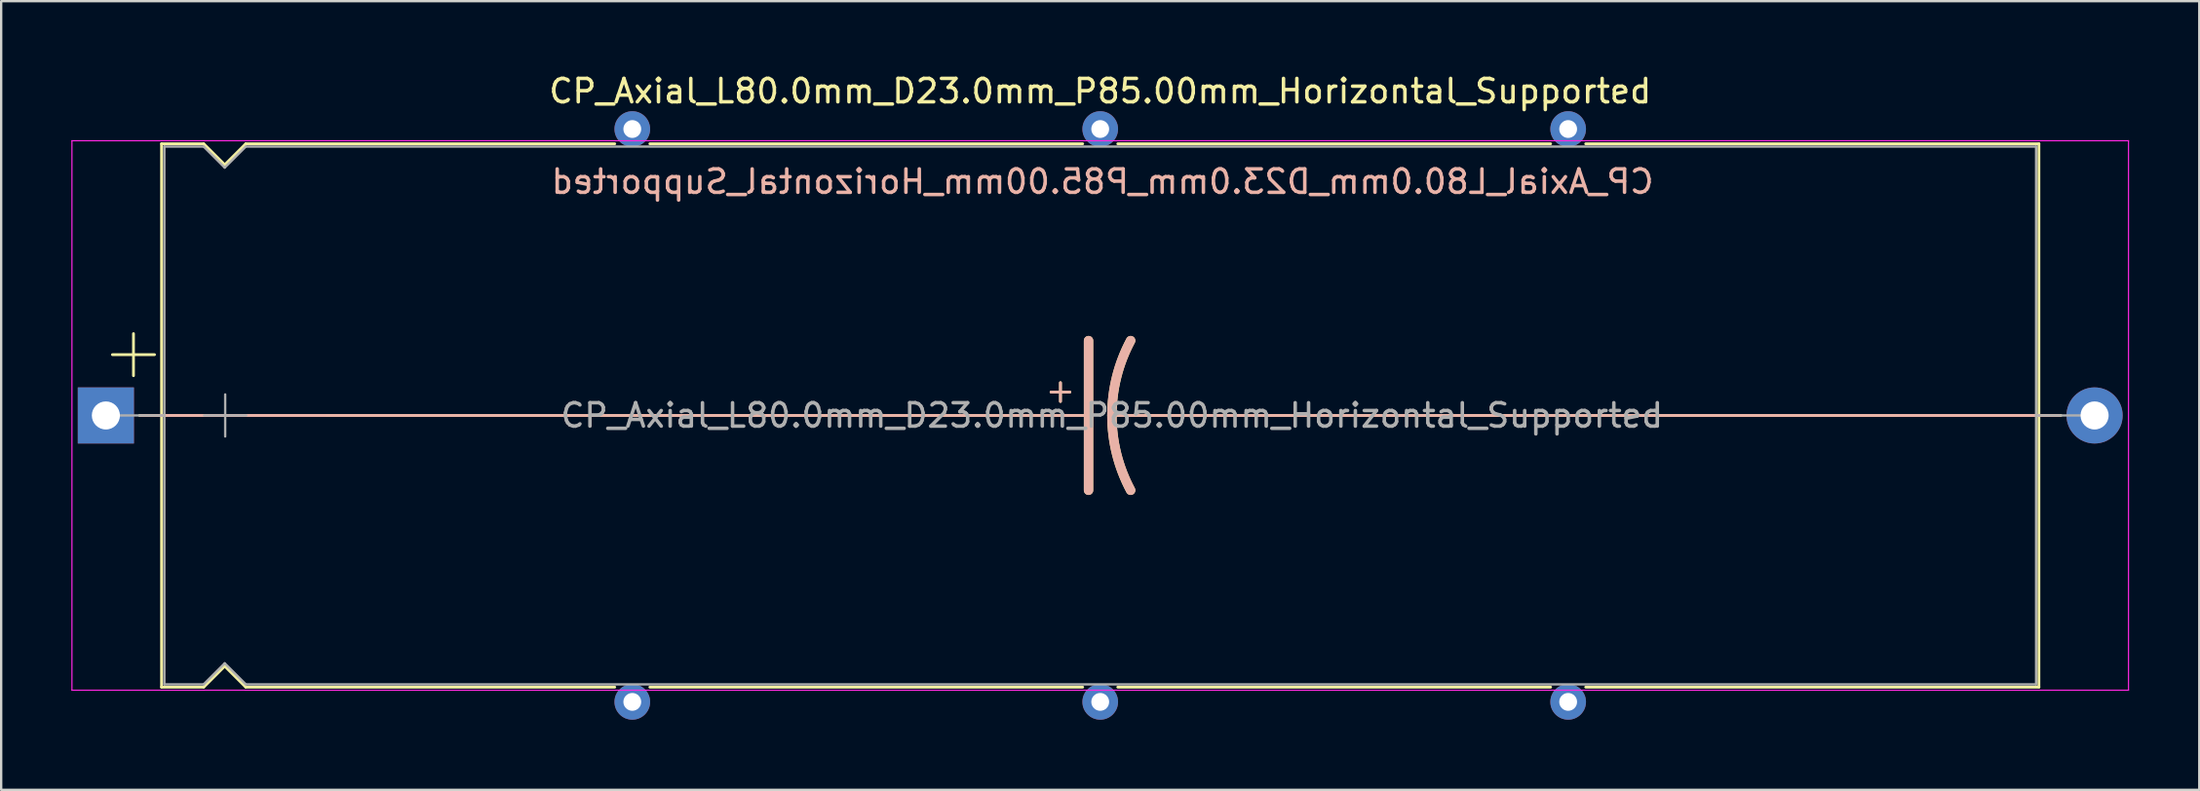
<source format=kicad_pcb>
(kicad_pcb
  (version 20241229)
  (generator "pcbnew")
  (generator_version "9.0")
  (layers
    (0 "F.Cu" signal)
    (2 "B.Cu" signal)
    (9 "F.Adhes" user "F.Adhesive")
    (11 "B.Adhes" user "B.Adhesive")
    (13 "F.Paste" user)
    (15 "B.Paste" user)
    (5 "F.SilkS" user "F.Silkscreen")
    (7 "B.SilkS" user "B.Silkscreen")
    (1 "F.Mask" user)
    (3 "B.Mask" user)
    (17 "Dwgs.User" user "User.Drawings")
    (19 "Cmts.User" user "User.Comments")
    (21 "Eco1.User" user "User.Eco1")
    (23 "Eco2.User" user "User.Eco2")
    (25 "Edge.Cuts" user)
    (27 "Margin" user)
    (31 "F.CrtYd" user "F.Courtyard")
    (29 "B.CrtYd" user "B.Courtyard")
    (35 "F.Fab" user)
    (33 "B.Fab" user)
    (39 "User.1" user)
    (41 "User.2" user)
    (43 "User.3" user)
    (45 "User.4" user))
  (footprint "CP_Axial_L80.0mm_D23.0mm_P85.00mm_Horizontal_Supported"
    (layer "F.Cu")
    (at 1.475 14.718)
    (property "Reference" "CP_Axial_L80.0mm_D23.0mm_P85.00mm_Horizontal_Supported" (at 42.5 -13.87 0) (layer "F.SilkS") (effects (font (size 1 1) (thickness 0.15))))
    (fp_line (start 0.28 -2.6) (end 2.08 -2.6) (stroke (width 0.12) (type solid)) (layer "F.SilkS"))
    (fp_line (start 1.18 -3.5) (end 1.18 -1.7) (stroke (width 0.12) (type solid)) (layer "F.SilkS"))
    (fp_line (start 1.44 0) (end 2.38 0) (stroke (width 0.12) (type solid)) (layer "F.SilkS"))
    (fp_line (start 2.38 -11.62) (end 2.38 11.62) (stroke (width 0.12) (type solid)) (layer "F.SilkS"))
    (fp_line (start 2.38 -11.62) (end 4.18 -11.62) (stroke (width 0.12) (type solid)) (layer "F.SilkS"))
    (fp_line (start 2.38 0) (end 42 0) (stroke (width 0.12) (type solid)) (layer "F.SilkS"))
    (fp_line (start 2.38 11.62) (end 4.18 11.62) (stroke (width 0.12) (type solid)) (layer "F.SilkS"))
    (fp_line (start 4.18 -11.62) (end 5.08 -10.72) (stroke (width 0.12) (type solid)) (layer "F.SilkS"))
    (fp_line (start 4.18 11.62) (end 5.08 10.72) (stroke (width 0.12) (type solid)) (layer "F.SilkS"))
    (fp_line (start 5.08 -10.72) (end 5.98 -11.62) (stroke (width 0.12) (type solid)) (layer "F.SilkS"))
    (fp_line (start 5.08 10.72) (end 5.98 11.62) (stroke (width 0.12) (type solid)) (layer "F.SilkS"))
    (fp_line (start 5.98 -11.62) (end 21.75 -11.62) (stroke (width 0.12) (type solid)) (layer "F.SilkS"))
    (fp_line (start 5.98 11.62) (end 21.75 11.62) (stroke (width 0.12) (type solid)) (layer "F.SilkS"))
    (fp_line (start 23.25 -11.62) (end 41.75 -11.62) (stroke (width 0.12) (type solid)) (layer "F.SilkS"))
    (fp_line (start 23.25 11.62) (end 41.75 11.62) (stroke (width 0.12) (type solid)) (layer "F.SilkS"))
    (fp_line (start 40.4 -1) (end 41.2 -1) (stroke (width 0.12) (type solid)) (layer "F.SilkS"))
    (fp_line (start 40.8 -1.4) (end 40.8 -0.6) (stroke (width 0.12) (type solid)) (layer "F.SilkS"))
    (fp_line (start 42 0) (end 42 -3.2) (stroke (width 0.4) (type solid)) (layer "F.SilkS"))
    (fp_line (start 42 0) (end 42 3.2) (stroke (width 0.4) (type solid)) (layer "F.SilkS"))
    (fp_line (start 43.25 -11.62) (end 61.75 -11.62) (stroke (width 0.12) (type solid)) (layer "F.SilkS"))
    (fp_line (start 43.25 11.62) (end 61.75 11.62) (stroke (width 0.12) (type solid)) (layer "F.SilkS"))
    (fp_line (start 63.25 -11.62) (end 82.62 -11.62) (stroke (width 0.12) (type solid)) (layer "F.SilkS"))
    (fp_line (start 63.25 11.62) (end 82.62 11.62) (stroke (width 0.12) (type solid)) (layer "F.SilkS"))
    (fp_line (start 82.62 -11.62) (end 82.62 11.62) (stroke (width 0.12) (type solid)) (layer "F.SilkS"))
    (fp_line (start 82.62 0) (end 43 0) (stroke (width 0.12) (type solid)) (layer "F.SilkS"))
    (fp_line (start 83.56 0) (end 82.62 0) (stroke (width 0.12) (type solid)) (layer "F.SilkS"))
    (fp_arc (start 43 0) (mid 43.203545 -1.649114) (end 43.8 -3.2) (stroke (width 0.4) (type solid)) (layer "F.SilkS"))
    (fp_arc (start 43.8 3.2) (mid 43.200704 1.649824) (end 43 0) (stroke (width 0.4) (type solid)) (layer "F.SilkS"))
    (fp_line (start 1.5 0) (end 9.38 0) (stroke (width 0.12) (type solid)) (layer "B.SilkS"))
    (fp_line (start 2.38 0) (end 42 0) (stroke (width 0.12) (type solid)) (layer "B.SilkS"))
    (fp_line (start 40.4 -1) (end 41.2 -1) (stroke (width 0.12) (type solid)) (layer "B.SilkS"))
    (fp_line (start 40.8 -0.6) (end 40.8 -1.4) (stroke (width 0.12) (type solid)) (layer "B.SilkS"))
    (fp_line (start 42 0) (end 42 -3.2) (stroke (width 0.4) (type solid)) (layer "B.SilkS"))
    (fp_line (start 42 0) (end 42 3.2) (stroke (width 0.4) (type solid)) (layer "B.SilkS"))
    (fp_line (start 82.62 0) (end 43 0) (stroke (width 0.12) (type solid)) (layer "B.SilkS"))
    (fp_line (start 83.5 0) (end 76.62 0) (stroke (width 0.12) (type solid)) (layer "B.SilkS"))
    (fp_arc (start 43 0) (mid 43.200703 -1.649824) (end 43.8 -3.2) (stroke (width 0.4) (type solid)) (layer "B.SilkS"))
    (fp_arc (start 43.8 3.2) (mid 43.203544 1.649114) (end 43 0) (stroke (width 0.4) (type solid)) (layer "B.SilkS"))
    (fp_line (start -1.45 -11.75) (end -1.45 11.75) (stroke (width 0.05) (type solid)) (layer "F.CrtYd"))
    (fp_line (start -1.45 11.75) (end 86.45 11.75) (stroke (width 0.05) (type solid)) (layer "F.CrtYd"))
    (fp_line (start 86.45 -11.75) (end -1.45 -11.75) (stroke (width 0.05) (type solid)) (layer "F.CrtYd"))
    (fp_line (start 86.45 11.75) (end 86.45 -11.75) (stroke (width 0.05) (type solid)) (layer "F.CrtYd"))
    (fp_line (start 0 0) (end 2.5 0) (stroke (width 0.1) (type solid)) (layer "F.Fab"))
    (fp_line (start 2.5 -11.5) (end 2.5 11.5) (stroke (width 0.1) (type solid)) (layer "F.Fab"))
    (fp_line (start 2.5 -11.5) (end 4.18 -11.5) (stroke (width 0.1) (type solid)) (layer "F.Fab"))
    (fp_line (start 2.5 11.5) (end 4.18 11.5) (stroke (width 0.1) (type solid)) (layer "F.Fab"))
    (fp_line (start 4.18 -11.5) (end 5.08 -10.6) (stroke (width 0.1) (type solid)) (layer "F.Fab"))
    (fp_line (start 4.18 11.5) (end 5.08 10.6) (stroke (width 0.1) (type solid)) (layer "F.Fab"))
    (fp_line (start 4.2 0) (end 6 0) (stroke (width 0.1) (type solid)) (layer "F.Fab"))
    (fp_line (start 5.08 -10.6) (end 5.98 -11.5) (stroke (width 0.1) (type solid)) (layer "F.Fab"))
    (fp_line (start 5.08 10.6) (end 5.98 11.5) (stroke (width 0.1) (type solid)) (layer "F.Fab"))
    (fp_line (start 5.1 -0.9) (end 5.1 0.9) (stroke (width 0.1) (type solid)) (layer "F.Fab"))
    (fp_line (start 5.98 -11.5) (end 82.5 -11.5) (stroke (width 0.1) (type solid)) (layer "F.Fab"))
    (fp_line (start 5.98 11.5) (end 82.5 11.5) (stroke (width 0.1) (type solid)) (layer "F.Fab"))
    (fp_line (start 82.5 -11.5) (end 82.5 11.5) (stroke (width 0.1) (type solid)) (layer "F.Fab"))
    (fp_line (start 85 0) (end 82.5 0) (stroke (width 0.1) (type solid)) (layer "F.Fab"))
    (fp_text user "${REFERENCE}" (at 42.6 -10 0) (layer "B.SilkS") (effects (font (size 1 1) (thickness 0.15)) (justify mirror)))
    (fp_text user "${REFERENCE}" (at 43 0 0) (layer "F.Fab") (effects (font (size 1 1) (thickness 0.15))))
    (pad "" thru_hole circle (at 22.5 -12.25) (size 1.524 1.524) (drill 0.762) (layers "*.Cu" "*.Mask"))
    (pad "" thru_hole circle (at 22.5 12.25) (size 1.524 1.524) (drill 0.762) (layers "*.Cu" "*.Mask"))
    (pad "" thru_hole circle (at 42.5 -12.25) (size 1.524 1.524) (drill 0.762) (layers "*.Cu" "*.Mask"))
    (pad "" thru_hole circle (at 42.5 12.25) (size 1.524 1.524) (drill 0.762) (layers "*.Cu" "*.Mask"))
    (pad "" thru_hole circle (at 62.5 -12.25) (size 1.524 1.524) (drill 0.762) (layers "*.Cu" "*.Mask"))
    (pad "" thru_hole circle (at 62.5 12.25) (size 1.524 1.524) (drill 0.762) (layers "*.Cu" "*.Mask"))
    (pad "1" thru_hole rect (at 0 0) (size 2.4 2.4) (drill 1.2) (layers "*.Cu" "*.Mask"))
    (pad "2" thru_hole oval (at 85 0) (size 2.4 2.4) (drill 1.2) (layers "*.Cu" "*.Mask")))
  (gr_rect
    (start -3 -3)
    (end 90.95 30.73)
    (stroke (width 0.1) (type default))
    (fill no)
    (layer "Edge.Cuts")))
</source>
